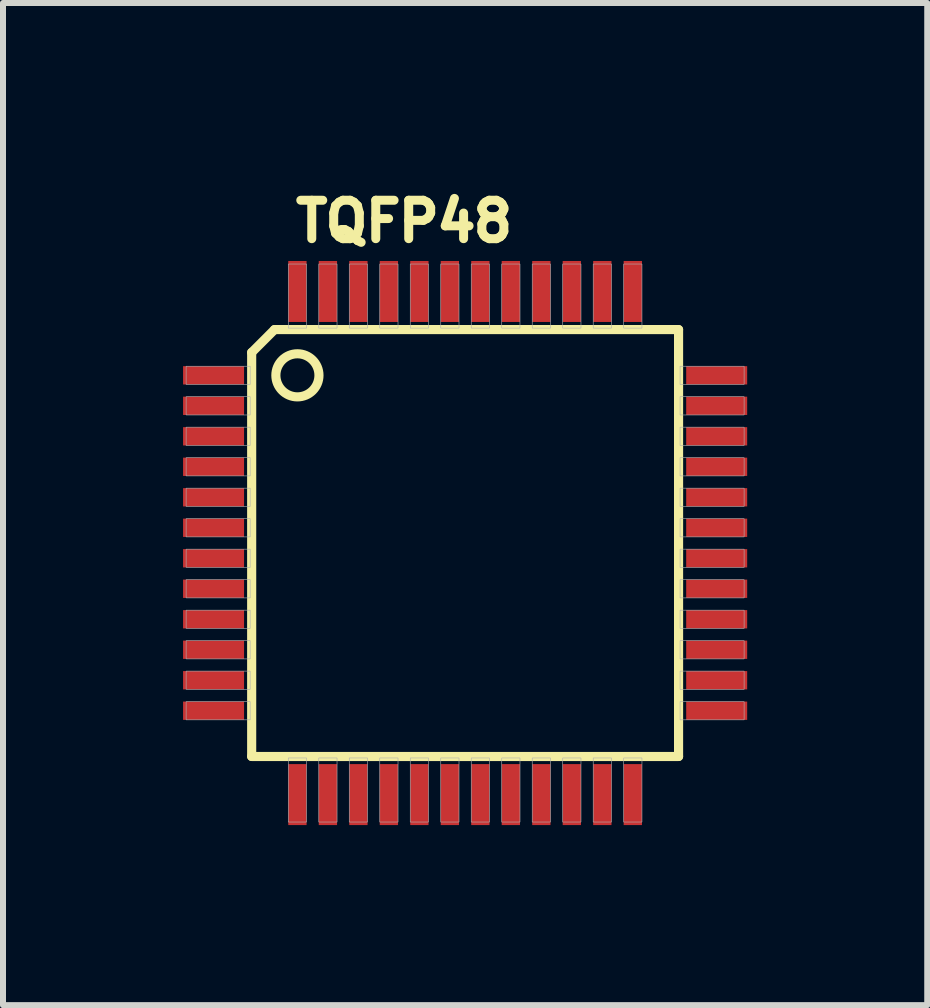
<source format=kicad_pcb>
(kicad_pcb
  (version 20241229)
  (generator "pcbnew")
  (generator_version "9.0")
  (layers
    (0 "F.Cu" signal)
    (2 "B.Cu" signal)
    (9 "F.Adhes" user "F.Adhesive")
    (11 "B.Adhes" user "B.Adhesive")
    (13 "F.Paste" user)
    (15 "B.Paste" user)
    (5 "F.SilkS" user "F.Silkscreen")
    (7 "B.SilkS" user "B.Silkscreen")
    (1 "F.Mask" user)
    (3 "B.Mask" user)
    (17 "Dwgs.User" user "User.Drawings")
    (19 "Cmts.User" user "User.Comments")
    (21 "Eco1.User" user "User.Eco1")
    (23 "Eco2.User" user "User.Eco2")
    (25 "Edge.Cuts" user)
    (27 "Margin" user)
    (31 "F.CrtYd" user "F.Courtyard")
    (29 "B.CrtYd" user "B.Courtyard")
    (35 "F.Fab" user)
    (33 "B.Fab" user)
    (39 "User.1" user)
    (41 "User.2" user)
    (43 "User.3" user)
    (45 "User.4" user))
  (footprint "TQFP48"
    (layer "F.Cu")
    (at 4.699 5.997)
    (property "Reference" "TQFP48" (at -1.016 -5.359 0) (layer "F.SilkS") (effects (font (size 0.64 0.64) (thickness 0.15))))
    (attr smd)
    (fp_line (start -3.556 -3.175) (end -3.175 -3.556) (stroke (width 0.152) (type solid)) (layer "F.SilkS"))
    (fp_line (start -3.556 3.556) (end -3.556 -3.175) (stroke (width 0.152) (type solid)) (layer "F.SilkS"))
    (fp_line (start -3.175 -3.556) (end 3.556 -3.556) (stroke (width 0.152) (type solid)) (layer "F.SilkS"))
    (fp_line (start 3.556 -3.556) (end 3.556 3.556) (stroke (width 0.152) (type solid)) (layer "F.SilkS"))
    (fp_line (start 3.556 3.556) (end -3.556 3.556) (stroke (width 0.152) (type solid)) (layer "F.SilkS"))
    (fp_circle (center -2.794 -2.794) (end -2.435 -2.794) (stroke (width 0.152) (type solid)) (fill no) (layer "F.SilkS"))
    (fp_poly (pts (xy -4.648 -2.946) (xy -3.581 -2.946) (xy -3.581 -2.642) (xy -4.648 -2.642)) (stroke (width 0.01) (type solid)) (fill no) (layer "F.Fab"))
    (fp_poly (pts (xy -4.648 -2.438) (xy -3.581 -2.438) (xy -3.581 -2.134) (xy -4.648 -2.134)) (stroke (width 0.01) (type solid)) (fill no) (layer "F.Fab"))
    (fp_poly (pts (xy -4.648 -1.93) (xy -3.581 -1.93) (xy -3.581 -1.626) (xy -4.648 -1.626)) (stroke (width 0.01) (type solid)) (fill no) (layer "F.Fab"))
    (fp_poly (pts (xy -4.648 -1.422) (xy -3.581 -1.422) (xy -3.581 -1.118) (xy -4.648 -1.118)) (stroke (width 0.01) (type solid)) (fill no) (layer "F.Fab"))
    (fp_poly (pts (xy -4.648 -0.914) (xy -3.581 -0.914) (xy -3.581 -0.61) (xy -4.648 -0.61)) (stroke (width 0.01) (type solid)) (fill no) (layer "F.Fab"))
    (fp_poly (pts (xy -4.648 -0.406) (xy -3.581 -0.406) (xy -3.581 -0.102) (xy -4.648 -0.102)) (stroke (width 0.01) (type solid)) (fill no) (layer "F.Fab"))
    (fp_poly (pts (xy -4.648 0.102) (xy -3.581 0.102) (xy -3.581 0.406) (xy -4.648 0.406)) (stroke (width 0.01) (type solid)) (fill no) (layer "F.Fab"))
    (fp_poly (pts (xy -4.648 0.61) (xy -3.581 0.61) (xy -3.581 0.914) (xy -4.648 0.914)) (stroke (width 0.01) (type solid)) (fill no) (layer "F.Fab"))
    (fp_poly (pts (xy -4.648 1.118) (xy -3.581 1.118) (xy -3.581 1.422) (xy -4.648 1.422)) (stroke (width 0.01) (type solid)) (fill no) (layer "F.Fab"))
    (fp_poly (pts (xy -4.648 1.626) (xy -3.581 1.626) (xy -3.581 1.93) (xy -4.648 1.93)) (stroke (width 0.01) (type solid)) (fill no) (layer "F.Fab"))
    (fp_poly (pts (xy -4.648 2.134) (xy -3.581 2.134) (xy -3.581 2.438) (xy -4.648 2.438)) (stroke (width 0.01) (type solid)) (fill no) (layer "F.Fab"))
    (fp_poly (pts (xy -4.648 2.642) (xy -3.581 2.642) (xy -3.581 2.946) (xy -4.648 2.946)) (stroke (width 0.01) (type solid)) (fill no) (layer "F.Fab"))
    (fp_poly (pts (xy -2.946 -4.648) (xy -2.642 -4.648) (xy -2.642 -3.581) (xy -2.946 -3.581)) (stroke (width 0.01) (type solid)) (fill no) (layer "F.Fab"))
    (fp_poly (pts (xy -2.946 3.581) (xy -2.642 3.581) (xy -2.642 4.648) (xy -2.946 4.648)) (stroke (width 0.01) (type solid)) (fill no) (layer "F.Fab"))
    (fp_poly (pts (xy -2.438 -4.648) (xy -2.134 -4.648) (xy -2.134 -3.581) (xy -2.438 -3.581)) (stroke (width 0.01) (type solid)) (fill no) (layer "F.Fab"))
    (fp_poly (pts (xy -2.438 3.581) (xy -2.134 3.581) (xy -2.134 4.648) (xy -2.438 4.648)) (stroke (width 0.01) (type solid)) (fill no) (layer "F.Fab"))
    (fp_poly (pts (xy -1.93 -4.648) (xy -1.626 -4.648) (xy -1.626 -3.581) (xy -1.93 -3.581)) (stroke (width 0.01) (type solid)) (fill no) (layer "F.Fab"))
    (fp_poly (pts (xy -1.93 3.581) (xy -1.626 3.581) (xy -1.626 4.648) (xy -1.93 4.648)) (stroke (width 0.01) (type solid)) (fill no) (layer "F.Fab"))
    (fp_poly (pts (xy -1.422 -4.648) (xy -1.118 -4.648) (xy -1.118 -3.581) (xy -1.422 -3.581)) (stroke (width 0.01) (type solid)) (fill no) (layer "F.Fab"))
    (fp_poly (pts (xy -1.422 3.581) (xy -1.118 3.581) (xy -1.118 4.648) (xy -1.422 4.648)) (stroke (width 0.01) (type solid)) (fill no) (layer "F.Fab"))
    (fp_poly (pts (xy -0.914 -4.648) (xy -0.61 -4.648) (xy -0.61 -3.581) (xy -0.914 -3.581)) (stroke (width 0.01) (type solid)) (fill no) (layer "F.Fab"))
    (fp_poly (pts (xy -0.914 3.581) (xy -0.61 3.581) (xy -0.61 4.648) (xy -0.914 4.648)) (stroke (width 0.01) (type solid)) (fill no) (layer "F.Fab"))
    (fp_poly (pts (xy -0.406 -4.648) (xy -0.102 -4.648) (xy -0.102 -3.581) (xy -0.406 -3.581)) (stroke (width 0.01) (type solid)) (fill no) (layer "F.Fab"))
    (fp_poly (pts (xy -0.406 3.581) (xy -0.102 3.581) (xy -0.102 4.648) (xy -0.406 4.648)) (stroke (width 0.01) (type solid)) (fill no) (layer "F.Fab"))
    (fp_poly (pts (xy 0.102 -4.648) (xy 0.406 -4.648) (xy 0.406 -3.581) (xy 0.102 -3.581)) (stroke (width 0.01) (type solid)) (fill no) (layer "F.Fab"))
    (fp_poly (pts (xy 0.102 3.581) (xy 0.406 3.581) (xy 0.406 4.648) (xy 0.102 4.648)) (stroke (width 0.01) (type solid)) (fill no) (layer "F.Fab"))
    (fp_poly (pts (xy 0.61 -4.648) (xy 0.914 -4.648) (xy 0.914 -3.581) (xy 0.61 -3.581)) (stroke (width 0.01) (type solid)) (fill no) (layer "F.Fab"))
    (fp_poly (pts (xy 0.61 3.581) (xy 0.914 3.581) (xy 0.914 4.648) (xy 0.61 4.648)) (stroke (width 0.01) (type solid)) (fill no) (layer "F.Fab"))
    (fp_poly (pts (xy 1.118 -4.648) (xy 1.422 -4.648) (xy 1.422 -3.581) (xy 1.118 -3.581)) (stroke (width 0.01) (type solid)) (fill no) (layer "F.Fab"))
    (fp_poly (pts (xy 1.118 3.581) (xy 1.422 3.581) (xy 1.422 4.648) (xy 1.118 4.648)) (stroke (width 0.01) (type solid)) (fill no) (layer "F.Fab"))
    (fp_poly (pts (xy 1.626 -4.648) (xy 1.93 -4.648) (xy 1.93 -3.581) (xy 1.626 -3.581)) (stroke (width 0.01) (type solid)) (fill no) (layer "F.Fab"))
    (fp_poly (pts (xy 1.626 3.581) (xy 1.93 3.581) (xy 1.93 4.648) (xy 1.626 4.648)) (stroke (width 0.01) (type solid)) (fill no) (layer "F.Fab"))
    (fp_poly (pts (xy 2.134 -4.648) (xy 2.438 -4.648) (xy 2.438 -3.581) (xy 2.134 -3.581)) (stroke (width 0.01) (type solid)) (fill no) (layer "F.Fab"))
    (fp_poly (pts (xy 2.134 3.581) (xy 2.438 3.581) (xy 2.438 4.648) (xy 2.134 4.648)) (stroke (width 0.01) (type solid)) (fill no) (layer "F.Fab"))
    (fp_poly (pts (xy 2.642 -4.648) (xy 2.946 -4.648) (xy 2.946 -3.581) (xy 2.642 -3.581)) (stroke (width 0.01) (type solid)) (fill no) (layer "F.Fab"))
    (fp_poly (pts (xy 2.642 3.581) (xy 2.946 3.581) (xy 2.946 4.648) (xy 2.642 4.648)) (stroke (width 0.01) (type solid)) (fill no) (layer "F.Fab"))
    (fp_poly (pts (xy 3.581 -2.946) (xy 4.648 -2.946) (xy 4.648 -2.642) (xy 3.581 -2.642)) (stroke (width 0.01) (type solid)) (fill no) (layer "F.Fab"))
    (fp_poly (pts (xy 3.581 -2.438) (xy 4.648 -2.438) (xy 4.648 -2.134) (xy 3.581 -2.134)) (stroke (width 0.01) (type solid)) (fill no) (layer "F.Fab"))
    (fp_poly (pts (xy 3.581 -1.93) (xy 4.648 -1.93) (xy 4.648 -1.626) (xy 3.581 -1.626)) (stroke (width 0.01) (type solid)) (fill no) (layer "F.Fab"))
    (fp_poly (pts (xy 3.581 -1.422) (xy 4.648 -1.422) (xy 4.648 -1.118) (xy 3.581 -1.118)) (stroke (width 0.01) (type solid)) (fill no) (layer "F.Fab"))
    (fp_poly (pts (xy 3.581 -0.914) (xy 4.648 -0.914) (xy 4.648 -0.61) (xy 3.581 -0.61)) (stroke (width 0.01) (type solid)) (fill no) (layer "F.Fab"))
    (fp_poly (pts (xy 3.581 -0.406) (xy 4.648 -0.406) (xy 4.648 -0.102) (xy 3.581 -0.102)) (stroke (width 0.01) (type solid)) (fill no) (layer "F.Fab"))
    (fp_poly (pts (xy 3.581 0.102) (xy 4.648 0.102) (xy 4.648 0.406) (xy 3.581 0.406)) (stroke (width 0.01) (type solid)) (fill no) (layer "F.Fab"))
    (fp_poly (pts (xy 3.581 0.61) (xy 4.648 0.61) (xy 4.648 0.914) (xy 3.581 0.914)) (stroke (width 0.01) (type solid)) (fill no) (layer "F.Fab"))
    (fp_poly (pts (xy 3.581 1.118) (xy 4.648 1.118) (xy 4.648 1.422) (xy 3.581 1.422)) (stroke (width 0.01) (type solid)) (fill no) (layer "F.Fab"))
    (fp_poly (pts (xy 3.581 1.626) (xy 4.648 1.626) (xy 4.648 1.93) (xy 3.581 1.93)) (stroke (width 0.01) (type solid)) (fill no) (layer "F.Fab"))
    (fp_poly (pts (xy 3.581 2.134) (xy 4.648 2.134) (xy 4.648 2.438) (xy 3.581 2.438)) (stroke (width 0.01) (type solid)) (fill no) (layer "F.Fab"))
    (fp_poly (pts (xy 3.581 2.642) (xy 4.648 2.642) (xy 4.648 2.946) (xy 3.581 2.946)) (stroke (width 0.01) (type solid)) (fill no) (layer "F.Fab"))
    (pad "1" smd rect (at -4.191 -2.794) (size 1.016 0.305) (layers "F.Cu" "F.Mask" "F.Paste"))
    (pad "2" smd rect (at -4.191 -2.286) (size 1.016 0.305) (layers "F.Cu" "F.Mask" "F.Paste"))
    (pad "3" smd rect (at -4.191 -1.778) (size 1.016 0.305) (layers "F.Cu" "F.Mask" "F.Paste"))
    (pad "4" smd rect (at -4.191 -1.27) (size 1.016 0.305) (layers "F.Cu" "F.Mask" "F.Paste"))
    (pad "5" smd rect (at -4.191 -0.762) (size 1.016 0.305) (layers "F.Cu" "F.Mask" "F.Paste"))
    (pad "6" smd rect (at -4.191 -0.254) (size 1.016 0.305) (layers "F.Cu" "F.Mask" "F.Paste"))
    (pad "7" smd rect (at -4.191 0.254) (size 1.016 0.305) (layers "F.Cu" "F.Mask" "F.Paste"))
    (pad "8" smd rect (at -4.191 0.762) (size 1.016 0.305) (layers "F.Cu" "F.Mask" "F.Paste"))
    (pad "9" smd rect (at -4.191 1.27) (size 1.016 0.305) (layers "F.Cu" "F.Mask" "F.Paste"))
    (pad "10" smd rect (at -4.191 1.778) (size 1.016 0.305) (layers "F.Cu" "F.Mask" "F.Paste"))
    (pad "11" smd rect (at -4.191 2.286) (size 1.016 0.305) (layers "F.Cu" "F.Mask" "F.Paste"))
    (pad "12" smd rect (at -4.191 2.794) (size 1.016 0.305) (layers "F.Cu" "F.Mask" "F.Paste"))
    (pad "13" smd rect (at -2.794 4.191) (size 0.305 1.016) (layers "F.Cu" "F.Mask" "F.Paste"))
    (pad "14" smd rect (at -2.286 4.191) (size 0.305 1.016) (layers "F.Cu" "F.Mask" "F.Paste"))
    (pad "15" smd rect (at -1.778 4.191) (size 0.305 1.016) (layers "F.Cu" "F.Mask" "F.Paste"))
    (pad "16" smd rect (at -1.27 4.191) (size 0.305 1.016) (layers "F.Cu" "F.Mask" "F.Paste"))
    (pad "17" smd rect (at -0.762 4.191) (size 0.305 1.016) (layers "F.Cu" "F.Mask" "F.Paste"))
    (pad "18" smd rect (at -0.254 4.191) (size 0.305 1.016) (layers "F.Cu" "F.Mask" "F.Paste"))
    (pad "19" smd rect (at 0.254 4.191) (size 0.305 1.016) (layers "F.Cu" "F.Mask" "F.Paste"))
    (pad "20" smd rect (at 0.762 4.191) (size 0.305 1.016) (layers "F.Cu" "F.Mask" "F.Paste"))
    (pad "21" smd rect (at 1.27 4.191) (size 0.305 1.016) (layers "F.Cu" "F.Mask" "F.Paste"))
    (pad "22" smd rect (at 1.778 4.191) (size 0.305 1.016) (layers "F.Cu" "F.Mask" "F.Paste"))
    (pad "23" smd rect (at 2.286 4.191) (size 0.305 1.016) (layers "F.Cu" "F.Mask" "F.Paste"))
    (pad "24" smd rect (at 2.794 4.191) (size 0.305 1.016) (layers "F.Cu" "F.Mask" "F.Paste"))
    (pad "25" smd rect (at 4.191 2.794) (size 1.016 0.305) (layers "F.Cu" "F.Mask" "F.Paste"))
    (pad "26" smd rect (at 4.191 2.286) (size 1.016 0.305) (layers "F.Cu" "F.Mask" "F.Paste"))
    (pad "27" smd rect (at 4.191 1.778) (size 1.016 0.305) (layers "F.Cu" "F.Mask" "F.Paste"))
    (pad "28" smd rect (at 4.191 1.27) (size 1.016 0.305) (layers "F.Cu" "F.Mask" "F.Paste"))
    (pad "29" smd rect (at 4.191 0.762) (size 1.016 0.305) (layers "F.Cu" "F.Mask" "F.Paste"))
    (pad "30" smd rect (at 4.191 0.254) (size 1.016 0.305) (layers "F.Cu" "F.Mask" "F.Paste"))
    (pad "31" smd rect (at 4.191 -0.254) (size 1.016 0.305) (layers "F.Cu" "F.Mask" "F.Paste"))
    (pad "32" smd rect (at 4.191 -0.762) (size 1.016 0.305) (layers "F.Cu" "F.Mask" "F.Paste"))
    (pad "33" smd rect (at 4.191 -1.27) (size 1.016 0.305) (layers "F.Cu" "F.Mask" "F.Paste"))
    (pad "34" smd rect (at 4.191 -1.778) (size 1.016 0.305) (layers "F.Cu" "F.Mask" "F.Paste"))
    (pad "35" smd rect (at 4.191 -2.286) (size 1.016 0.305) (layers "F.Cu" "F.Mask" "F.Paste"))
    (pad "36" smd rect (at 4.191 -2.794) (size 1.016 0.305) (layers "F.Cu" "F.Mask" "F.Paste"))
    (pad "37" smd rect (at 2.794 -4.191) (size 0.305 1.016) (layers "F.Cu" "F.Mask" "F.Paste"))
    (pad "38" smd rect (at 2.286 -4.191) (size 0.305 1.016) (layers "F.Cu" "F.Mask" "F.Paste"))
    (pad "39" smd rect (at 1.778 -4.191) (size 0.305 1.016) (layers "F.Cu" "F.Mask" "F.Paste"))
    (pad "40" smd rect (at 1.27 -4.191) (size 0.305 1.016) (layers "F.Cu" "F.Mask" "F.Paste"))
    (pad "41" smd rect (at 0.762 -4.191) (size 0.305 1.016) (layers "F.Cu" "F.Mask" "F.Paste"))
    (pad "42" smd rect (at 0.254 -4.191) (size 0.305 1.016) (layers "F.Cu" "F.Mask" "F.Paste"))
    (pad "43" smd rect (at -0.254 -4.191) (size 0.305 1.016) (layers "F.Cu" "F.Mask" "F.Paste"))
    (pad "44" smd rect (at -0.762 -4.191) (size 0.305 1.016) (layers "F.Cu" "F.Mask" "F.Paste"))
    (pad "45" smd rect (at -1.27 -4.191) (size 0.305 1.016) (layers "F.Cu" "F.Mask" "F.Paste"))
    (pad "46" smd rect (at -1.778 -4.191) (size 0.305 1.016) (layers "F.Cu" "F.Mask" "F.Paste"))
    (pad "47" smd rect (at -2.286 -4.191) (size 0.305 1.016) (layers "F.Cu" "F.Mask" "F.Paste"))
    (pad "48" smd rect (at -2.794 -4.191) (size 0.305 1.016) (layers "F.Cu" "F.Mask" "F.Paste")))
  (gr_rect
    (start -3 -3)
    (end 12.398 13.696)
    (stroke (width 0.1) (type default))
    (fill no)
    (layer "Edge.Cuts")))
</source>
